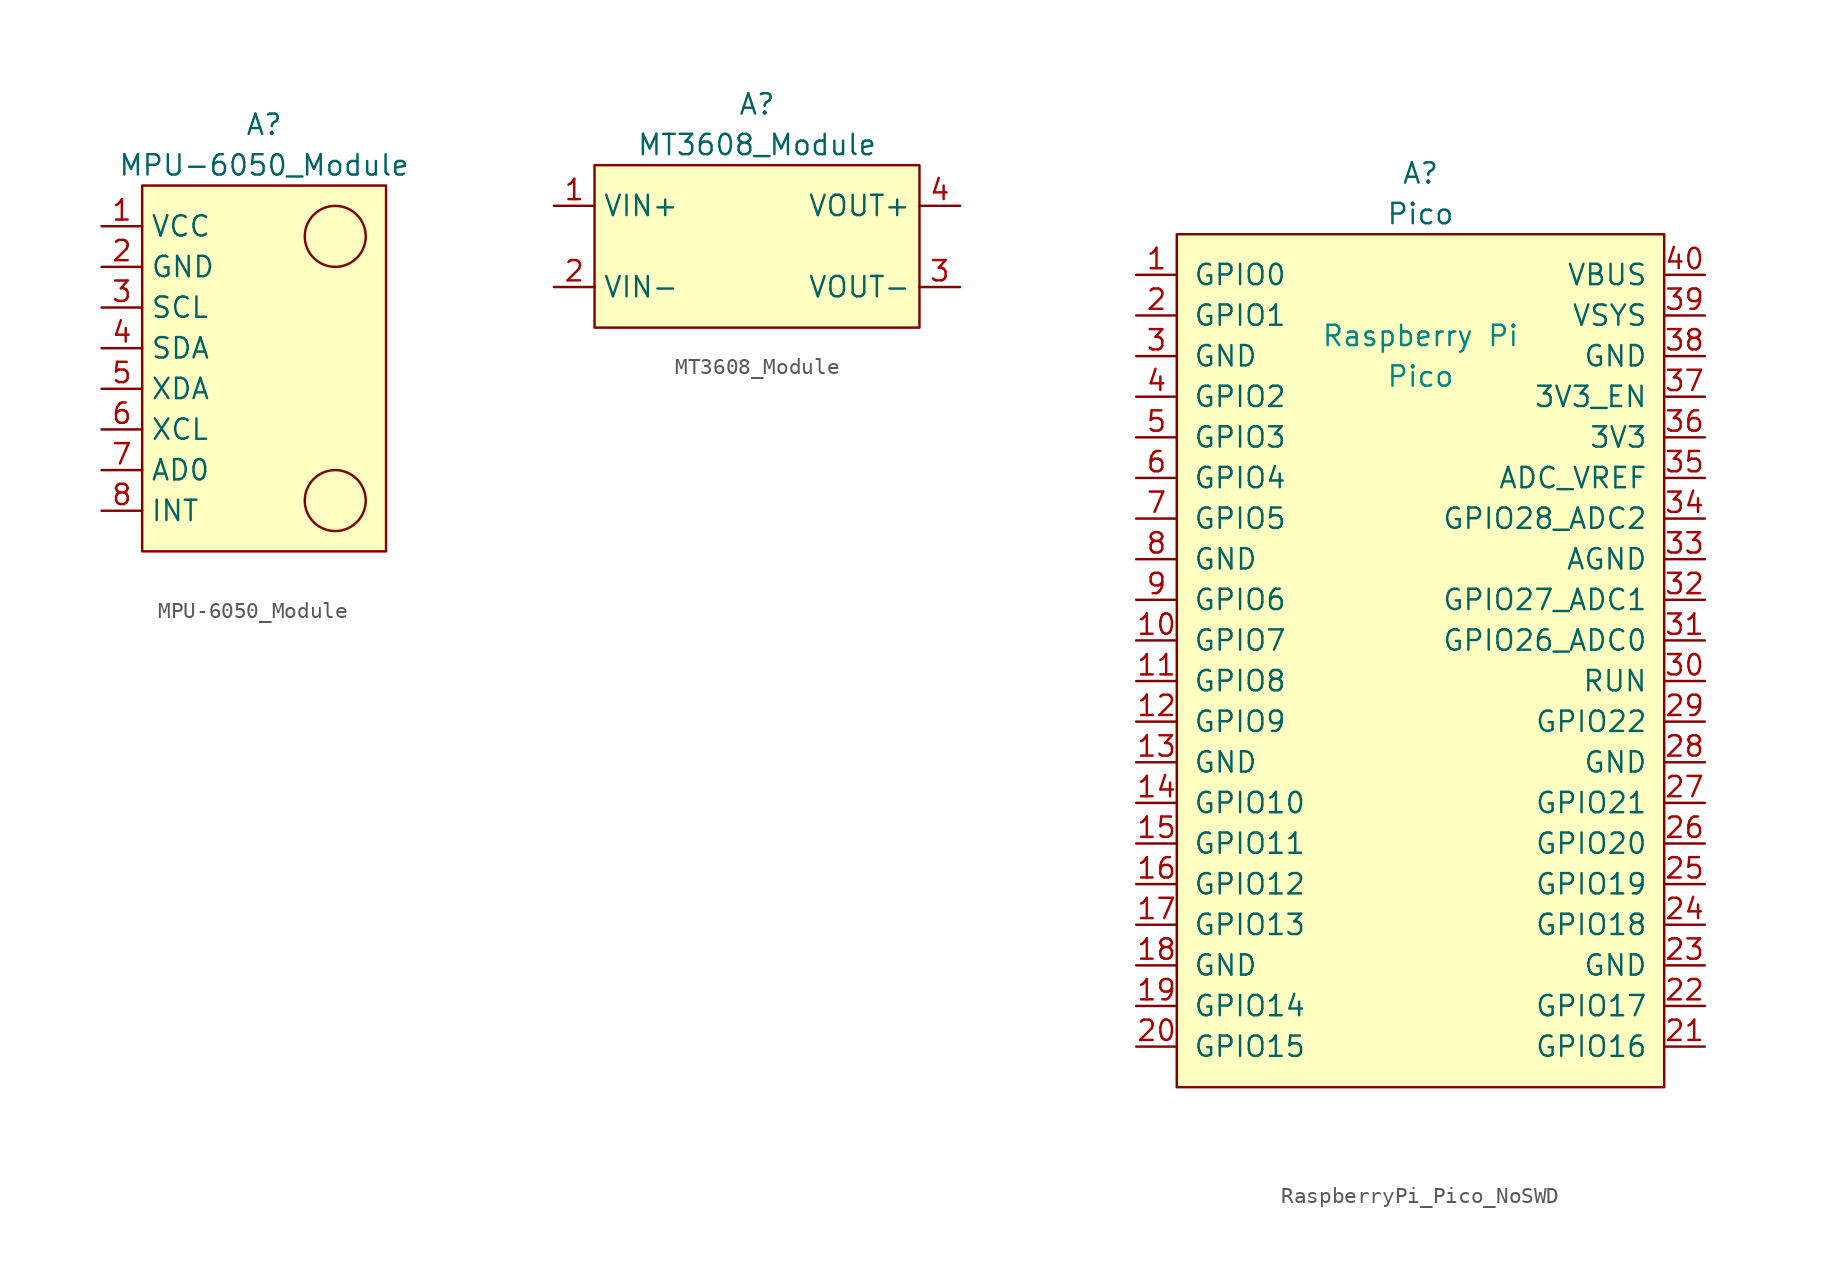
<source format=kicad_sym>
(kicad_symbol_lib
  (version 20220914)
  (generator kicad_symbol_editor)
  (symbol "MPU-6050_Module"
    (property "Reference" "A"
      (at 0 13.97 0)
      (effects (font (size 1.27 1.27))))
    (property "Value" "MPU-6050_Module"
      (at 0 11.43 0)
      (effects (font (size 1.27 1.27))))
    (symbol "MPU-6050_Module_0_1"
      (rectangle (start -7.62 10.16) (end 7.62 -12.7) (stroke (width 0) (type default)) (fill (type background)))
      (circle (center 4.445 -9.525) (radius 1.905) (stroke (width 0) (type default)) (fill (type none)))
      (circle (center 4.445 6.985) (radius 1.905) (stroke (width 0) (type default)) (fill (type none))))
    (symbol "MPU-6050_Module_1_1"
      (pin power_in line (at -10.16 7.62 0) (length 2.54) (name "VCC" (effects (font (size 1.27 1.27)))) (number "1" (effects (font (size 1.27 1.27)))))
      (pin power_in line (at -10.16 5.08 0) (length 2.54) (name "GND" (effects (font (size 1.27 1.27)))) (number "2" (effects (font (size 1.27 1.27)))))
      (pin input line (at -10.16 2.54 0) (length 2.54) (name "SCL" (effects (font (size 1.27 1.27)))) (number "3" (effects (font (size 1.27 1.27)))))
      (pin bidirectional line (at -10.16 0 0) (length 2.54) (name "SDA" (effects (font (size 1.27 1.27)))) (number "4" (effects (font (size 1.27 1.27)))))
      (pin bidirectional line (at -10.16 -2.54 0) (length 2.54) (name "XDA" (effects (font (size 1.27 1.27)))) (number "5" (effects (font (size 1.27 1.27)))))
      (pin output line (at -10.16 -5.08 0) (length 2.54) (name "XCL" (effects (font (size 1.27 1.27)))) (number "6" (effects (font (size 1.27 1.27)))))
      (pin input line (at -10.16 -7.62 0) (length 2.54) (name "AD0" (effects (font (size 1.27 1.27)))) (number "7" (effects (font (size 1.27 1.27)))))
      (pin output line (at -10.16 -10.16 0) (length 2.54) (name "INT" (effects (font (size 1.27 1.27)))) (number "8" (effects (font (size 1.27 1.27)))))))
  (symbol "MT3608_Module"
    (property "Reference" "A"
      (at 0 8.89 0)
      (effects (font (size 1.27 1.27))))
    (property "Value" " MT3608_Module"
      (at 0 6.35 0)
      (effects (font (size 1.27 1.27))))
    (symbol "MT3608_Module_0_1"
      (rectangle (start -10.16 5.08) (end 10.16 -5.08) (stroke (width 0) (type default)) (fill (type background))))
    (symbol "MT3608_Module_1_1"
      (pin power_in line (at -12.7 2.54 0) (length 2.54) (name "VIN+" (effects (font (size 1.27 1.27)))) (number "1" (effects (font (size 1.27 1.27)))))
      (pin power_in line (at -12.7 -2.54 0) (length 2.54) (name "VIN-" (effects (font (size 1.27 1.27)))) (number "2" (effects (font (size 1.27 1.27)))))
      (pin power_out line (at 12.7 -2.54 180) (length 2.54) (name "VOUT-" (effects (font (size 1.27 1.27)))) (number "3" (effects (font (size 1.27 1.27)))))
      (pin power_out line (at 12.7 2.54 180) (length 2.54) (name "VOUT+" (effects (font (size 1.27 1.27)))) (number "4" (effects (font (size 1.27 1.27)))))))
  (symbol "RaspberryPi_Pico_NoSWD"
    (pin_names
      (offset 1.016))
    (property "Reference" "A"
      (at 0 30.48 0)
      (effects (font (size 1.27 1.27))))
    (property "Value" "Pico"
      (at 0 27.94 0)
      (effects (font (size 1.27 1.27))))
    (symbol "RaspberryPi_Pico_NoSWD_0_0"
      (text "Pico\n" (at 0 17.78 0) (effects (font (size 1.27 1.27) (color 0 132 132 1))))
      (text "Raspberry Pi" (at 0 20.32 0) (effects (font (size 1.27 1.27) (color 0 132 132 1)))))
    (symbol "RaspberryPi_Pico_NoSWD_0_1"
      (rectangle (start -15.24 26.67) (end 15.24 -26.67) (stroke (width 0) (type solid)) (fill (type background))))
    (symbol "RaspberryPi_Pico_NoSWD_1_1"
      (pin bidirectional line (at -17.78 24.13 0) (length 2.54) (name "GPIO0" (effects (font (size 1.27 1.27)))) (number "1" (effects (font (size 1.27 1.27)))))
      (pin bidirectional line (at -17.78 1.27 0) (length 2.54) (name "GPIO7" (effects (font (size 1.27 1.27)))) (number "10" (effects (font (size 1.27 1.27)))))
      (pin bidirectional line (at -17.78 -1.27 0) (length 2.54) (name "GPIO8" (effects (font (size 1.27 1.27)))) (number "11" (effects (font (size 1.27 1.27)))))
      (pin bidirectional line (at -17.78 -3.81 0) (length 2.54) (name "GPIO9" (effects (font (size 1.27 1.27)))) (number "12" (effects (font (size 1.27 1.27)))))
      (pin power_in line (at -17.78 -6.35 0) (length 2.54) (name "GND" (effects (font (size 1.27 1.27)))) (number "13" (effects (font (size 1.27 1.27)))))
      (pin bidirectional line (at -17.78 -8.89 0) (length 2.54) (name "GPIO10" (effects (font (size 1.27 1.27)))) (number "14" (effects (font (size 1.27 1.27)))))
      (pin bidirectional line (at -17.78 -11.43 0) (length 2.54) (name "GPIO11" (effects (font (size 1.27 1.27)))) (number "15" (effects (font (size 1.27 1.27)))))
      (pin bidirectional line (at -17.78 -13.97 0) (length 2.54) (name "GPIO12" (effects (font (size 1.27 1.27)))) (number "16" (effects (font (size 1.27 1.27)))))
      (pin bidirectional line (at -17.78 -16.51 0) (length 2.54) (name "GPIO13" (effects (font (size 1.27 1.27)))) (number "17" (effects (font (size 1.27 1.27)))))
      (pin power_in line (at -17.78 -19.05 0) (length 2.54) (name "GND" (effects (font (size 1.27 1.27)))) (number "18" (effects (font (size 1.27 1.27)))))
      (pin bidirectional line (at -17.78 -21.59 0) (length 2.54) (name "GPIO14" (effects (font (size 1.27 1.27)))) (number "19" (effects (font (size 1.27 1.27)))))
      (pin bidirectional line (at -17.78 21.59 0) (length 2.54) (name "GPIO1" (effects (font (size 1.27 1.27)))) (number "2" (effects (font (size 1.27 1.27)))))
      (pin bidirectional line (at -17.78 -24.13 0) (length 2.54) (name "GPIO15" (effects (font (size 1.27 1.27)))) (number "20" (effects (font (size 1.27 1.27)))))
      (pin bidirectional line (at 17.78 -24.13 180) (length 2.54) (name "GPIO16" (effects (font (size 1.27 1.27)))) (number "21" (effects (font (size 1.27 1.27)))))
      (pin bidirectional line (at 17.78 -21.59 180) (length 2.54) (name "GPIO17" (effects (font (size 1.27 1.27)))) (number "22" (effects (font (size 1.27 1.27)))))
      (pin power_in line (at 17.78 -19.05 180) (length 2.54) (name "GND" (effects (font (size 1.27 1.27)))) (number "23" (effects (font (size 1.27 1.27)))))
      (pin bidirectional line (at 17.78 -16.51 180) (length 2.54) (name "GPIO18" (effects (font (size 1.27 1.27)))) (number "24" (effects (font (size 1.27 1.27)))))
      (pin bidirectional line (at 17.78 -13.97 180) (length 2.54) (name "GPIO19" (effects (font (size 1.27 1.27)))) (number "25" (effects (font (size 1.27 1.27)))))
      (pin bidirectional line (at 17.78 -11.43 180) (length 2.54) (name "GPIO20" (effects (font (size 1.27 1.27)))) (number "26" (effects (font (size 1.27 1.27)))))
      (pin bidirectional line (at 17.78 -8.89 180) (length 2.54) (name "GPIO21" (effects (font (size 1.27 1.27)))) (number "27" (effects (font (size 1.27 1.27)))))
      (pin power_in line (at 17.78 -6.35 180) (length 2.54) (name "GND" (effects (font (size 1.27 1.27)))) (number "28" (effects (font (size 1.27 1.27)))))
      (pin bidirectional line (at 17.78 -3.81 180) (length 2.54) (name "GPIO22" (effects (font (size 1.27 1.27)))) (number "29" (effects (font (size 1.27 1.27)))))
      (pin power_in line (at -17.78 19.05 0) (length 2.54) (name "GND" (effects (font (size 1.27 1.27)))) (number "3" (effects (font (size 1.27 1.27)))))
      (pin input line (at 17.78 -1.27 180) (length 2.54) (name "RUN" (effects (font (size 1.27 1.27)))) (number "30" (effects (font (size 1.27 1.27)))))
      (pin bidirectional line (at 17.78 1.27 180) (length 2.54) (name "GPIO26_ADC0" (effects (font (size 1.27 1.27)))) (number "31" (effects (font (size 1.27 1.27)))))
      (pin bidirectional line (at 17.78 3.81 180) (length 2.54) (name "GPIO27_ADC1" (effects (font (size 1.27 1.27)))) (number "32" (effects (font (size 1.27 1.27)))))
      (pin power_in line (at 17.78 6.35 180) (length 2.54) (name "AGND" (effects (font (size 1.27 1.27)))) (number "33" (effects (font (size 1.27 1.27)))))
      (pin bidirectional line (at 17.78 8.89 180) (length 2.54) (name "GPIO28_ADC2" (effects (font (size 1.27 1.27)))) (number "34" (effects (font (size 1.27 1.27)))))
      (pin unspecified line (at 17.78 11.43 180) (length 2.54) (name "ADC_VREF" (effects (font (size 1.27 1.27)))) (number "35" (effects (font (size 1.27 1.27)))))
      (pin unspecified line (at 17.78 13.97 180) (length 2.54) (name "3V3" (effects (font (size 1.27 1.27)))) (number "36" (effects (font (size 1.27 1.27)))))
      (pin input line (at 17.78 16.51 180) (length 2.54) (name "3V3_EN" (effects (font (size 1.27 1.27)))) (number "37" (effects (font (size 1.27 1.27)))))
      (pin bidirectional line (at 17.78 19.05 180) (length 2.54) (name "GND" (effects (font (size 1.27 1.27)))) (number "38" (effects (font (size 1.27 1.27)))))
      (pin unspecified line (at 17.78 21.59 180) (length 2.54) (name "VSYS" (effects (font (size 1.27 1.27)))) (number "39" (effects (font (size 1.27 1.27)))))
      (pin bidirectional line (at -17.78 16.51 0) (length 2.54) (name "GPIO2" (effects (font (size 1.27 1.27)))) (number "4" (effects (font (size 1.27 1.27)))))
      (pin unspecified line (at 17.78 24.13 180) (length 2.54) (name "VBUS" (effects (font (size 1.27 1.27)))) (number "40" (effects (font (size 1.27 1.27)))))
      (pin bidirectional line (at -17.78 13.97 0) (length 2.54) (name "GPIO3" (effects (font (size 1.27 1.27)))) (number "5" (effects (font (size 1.27 1.27)))))
      (pin bidirectional line (at -17.78 11.43 0) (length 2.54) (name "GPIO4" (effects (font (size 1.27 1.27)))) (number "6" (effects (font (size 1.27 1.27)))))
      (pin bidirectional line (at -17.78 8.89 0) (length 2.54) (name "GPIO5" (effects (font (size 1.27 1.27)))) (number "7" (effects (font (size 1.27 1.27)))))
      (pin power_in line (at -17.78 6.35 0) (length 2.54) (name "GND" (effects (font (size 1.27 1.27)))) (number "8" (effects (font (size 1.27 1.27)))))
      (pin bidirectional line (at -17.78 3.81 0) (length 2.54) (name "GPIO6" (effects (font (size 1.27 1.27)))) (number "9" (effects (font (size 1.27 1.27))))))))
</source>
